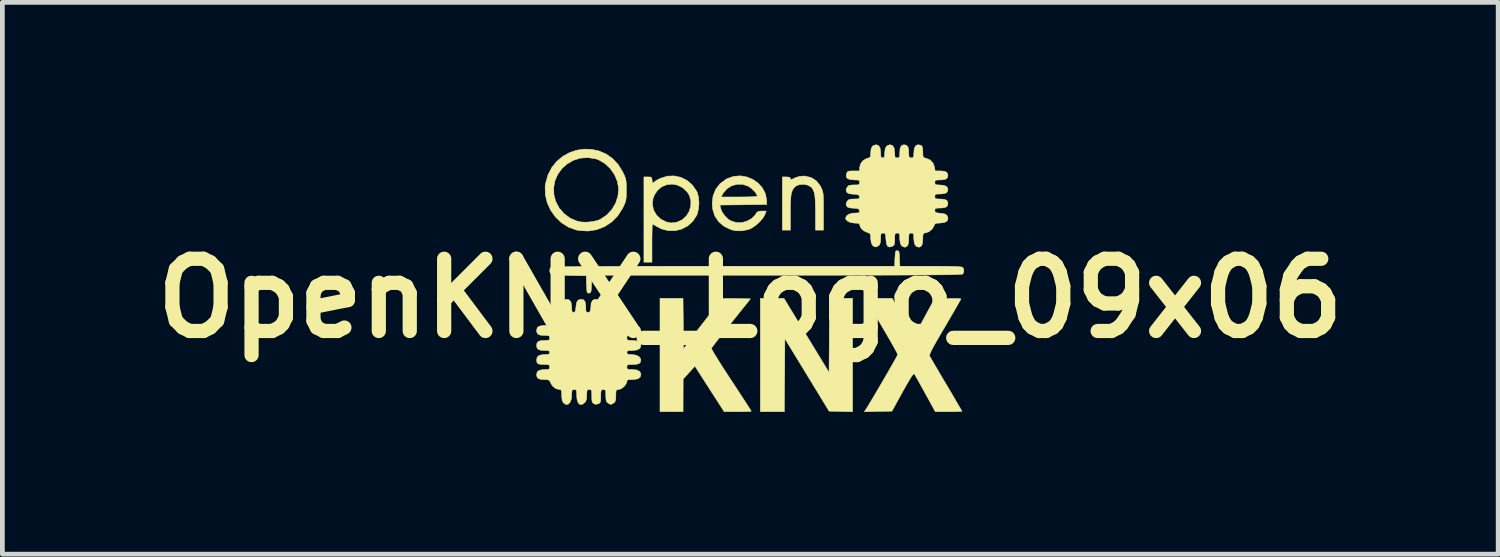
<source format=kicad_pcb>
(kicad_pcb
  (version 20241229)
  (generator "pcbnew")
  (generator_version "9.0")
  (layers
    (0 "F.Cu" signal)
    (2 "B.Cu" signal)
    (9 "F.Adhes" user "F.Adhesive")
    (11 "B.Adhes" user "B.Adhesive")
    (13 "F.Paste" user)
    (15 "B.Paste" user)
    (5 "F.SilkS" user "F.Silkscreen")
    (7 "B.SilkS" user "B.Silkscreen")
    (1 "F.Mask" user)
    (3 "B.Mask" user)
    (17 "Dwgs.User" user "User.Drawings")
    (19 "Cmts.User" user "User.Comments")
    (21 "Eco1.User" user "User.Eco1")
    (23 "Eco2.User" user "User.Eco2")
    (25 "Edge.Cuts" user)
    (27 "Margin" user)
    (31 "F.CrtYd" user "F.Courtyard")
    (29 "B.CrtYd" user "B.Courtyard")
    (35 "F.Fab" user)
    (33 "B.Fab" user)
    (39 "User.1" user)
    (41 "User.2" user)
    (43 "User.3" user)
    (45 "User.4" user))
  (footprint "OpenKNX_Logo_09x06"
    (layer "F.Cu")
    (at 12.78 3.244)
    (property "Reference" "OpenKNX_Logo_09x06" (at 0 0 0) (layer "F.SilkS") (effects (font (size 1.524 1.524) (thickness 0.3))))
    (attr through_hole)
    (fp_poly (pts (xy 1.662 1.564) (xy 1.673 0) (xy 2.159 0) (xy 2.159 2.393) (xy 1.911 2.387) (xy 1.663 2.381) (xy 1.197 1.617) (xy 0.73 0.852) (xy 0.725 1.622) (xy 0.719 2.392) (xy 0.212 2.392) (xy 0.212 0) (xy 0.71 0) (xy 1.662 1.564)) (stroke (width 0.01) (type solid)) (fill yes) (layer "F.SilkS"))
    (fp_poly (pts (xy 1.157 -2.578) (xy 1.284 -2.548) (xy 1.388 -2.484) (xy 1.47 -2.383) (xy 1.49 -2.347) (xy 1.509 -2.306) (xy 1.523 -2.269) (xy 1.533 -2.228) (xy 1.54 -2.176) (xy 1.543 -2.105) (xy 1.545 -2.009) (xy 1.545 -1.879) (xy 1.545 -1.837) (xy 1.545 -1.439) (xy 1.376 -1.439) (xy 1.376 -1.794) (xy 1.374 -1.953) (xy 1.37 -2.076) (xy 1.361 -2.17) (xy 1.347 -2.239) (xy 1.326 -2.291) (xy 1.298 -2.332) (xy 1.279 -2.351) (xy 1.213 -2.388) (xy 1.128 -2.405) (xy 1.041 -2.4) (xy 0.968 -2.372) (xy 0.952 -2.36) (xy 0.916 -2.323) (xy 0.89 -2.281) (xy 0.87 -2.227) (xy 0.858 -2.155) (xy 0.851 -2.058) (xy 0.847 -1.93) (xy 0.847 -1.81) (xy 0.847 -1.439) (xy 0.677 -1.439) (xy 0.677 -2.561) (xy 0.762 -2.561) (xy 0.82 -2.556) (xy 0.844 -2.54) (xy 0.847 -2.528) (xy 0.855 -2.503) (xy 0.863 -2.502) (xy 0.962 -2.549) (xy 1.042 -2.573) (xy 1.119 -2.58) (xy 1.157 -2.578)) (stroke (width 0.01) (type solid)) (fill yes) (layer "F.SilkS"))
    (fp_poly (pts (xy -1.408 1.068) (xy -1.324 0.952) (xy -1.263 0.869) (xy -1.189 0.77) (xy -1.105 0.661) (xy -1.017 0.547) (xy -0.927 0.431) (xy -0.84 0.32) (xy -0.76 0.219) (xy -0.69 0.132) (xy -0.635 0.065) (xy -0.598 0.022) (xy -0.584 0.008) (xy -0.554 0.005) (xy -0.491 0.003) (xy -0.403 0.003) (xy -0.299 0.004) (xy -0.277 0.005) (xy 0.004 0.011) (xy -0.402 0.519) (xy -0.504 0.646) (xy -0.597 0.763) (xy -0.678 0.866) (xy -0.744 0.951) (xy -0.791 1.013) (xy -0.816 1.048) (xy -0.82 1.053) (xy -0.811 1.076) (xy -0.781 1.131) (xy -0.733 1.212) (xy -0.668 1.316) (xy -0.591 1.439) (xy -0.502 1.576) (xy -0.405 1.725) (xy -0.404 1.726) (xy -0.307 1.873) (xy -0.218 2.01) (xy -0.139 2.131) (xy -0.073 2.232) (xy -0.023 2.311) (xy 0.01 2.362) (xy 0.021 2.382) (xy 0.021 2.382) (xy 0.001 2.386) (xy -0.053 2.389) (xy -0.135 2.391) (xy -0.235 2.392) (xy -0.265 2.392) (xy -0.551 2.392) (xy -0.697 2.164) (xy -0.769 2.053) (xy -0.852 1.924) (xy -0.937 1.792) (xy -1.006 1.684) (xy -1.168 1.431) (xy -1.292 1.568) (xy -1.416 1.704) (xy -1.417 2.048) (xy -1.418 2.392) (xy -1.905 2.392) (xy -1.905 0) (xy -1.419 0) (xy -1.408 1.068)) (stroke (width 0.01) (type solid)) (fill yes) (layer "F.SilkS"))
    (fp_poly (pts (xy -1.466 -2.553) (xy -1.336 -2.489) (xy -1.224 -2.392) (xy -1.136 -2.267) (xy -1.117 -2.226) (xy -1.09 -2.128) (xy -1.082 -2.01) (xy -1.092 -1.887) (xy -1.119 -1.778) (xy -1.132 -1.748) (xy -1.215 -1.622) (xy -1.324 -1.525) (xy -1.451 -1.459) (xy -1.59 -1.426) (xy -1.735 -1.428) (xy -1.878 -1.466) (xy -1.973 -1.516) (xy -2.023 -1.546) (xy -2.057 -1.564) (xy -2.063 -1.566) (xy -2.067 -1.546) (xy -2.07 -1.49) (xy -2.072 -1.405) (xy -2.074 -1.297) (xy -2.074 -1.173) (xy -2.074 -1.164) (xy -2.074 -0.762) (xy -2.244 -0.762) (xy -2.244 -1.977) (xy -2.065 -1.977) (xy -2.039 -1.86) (xy -1.979 -1.756) (xy -1.89 -1.671) (xy -1.776 -1.613) (xy -1.762 -1.609) (xy -1.68 -1.591) (xy -1.601 -1.596) (xy -1.539 -1.61) (xy -1.433 -1.659) (xy -1.348 -1.737) (xy -1.288 -1.836) (xy -1.256 -1.946) (xy -1.253 -2.06) (xy -1.284 -2.17) (xy -1.326 -2.239) (xy -1.422 -2.331) (xy -1.531 -2.387) (xy -1.645 -2.409) (xy -1.758 -2.398) (xy -1.863 -2.356) (xy -1.953 -2.283) (xy -2.022 -2.182) (xy -2.053 -2.099) (xy -2.065 -1.977) (xy -2.244 -1.977) (xy -2.244 -2.561) (xy -2.159 -2.561) (xy -2.105 -2.559) (xy -2.081 -2.545) (xy -2.074 -2.511) (xy -2.074 -2.498) (xy -2.066 -2.449) (xy -2.046 -2.434) (xy -2.02 -2.457) (xy -2.02 -2.458) (xy -1.994 -2.479) (xy -1.942 -2.509) (xy -1.897 -2.531) (xy -1.753 -2.577) (xy -1.607 -2.583) (xy -1.466 -2.553)) (stroke (width 0.01) (type solid)) (fill yes) (layer "F.SilkS"))
    (fp_poly (pts (xy -0.073 -2.561) (xy 0.054 -2.509) (xy 0.165 -2.431) (xy 0.255 -2.331) (xy 0.317 -2.212) (xy 0.345 -2.077) (xy 0.345 -2.068) (xy 0.349 -1.979) (xy -0.145 -1.973) (xy -0.64 -1.968) (xy -0.626 -1.899) (xy -0.595 -1.822) (xy -0.538 -1.741) (xy -0.467 -1.671) (xy -0.43 -1.646) (xy -0.368 -1.619) (xy -0.292 -1.599) (xy -0.27 -1.596) (xy -0.168 -1.599) (xy -0.063 -1.631) (xy 0.032 -1.685) (xy 0.101 -1.755) (xy 0.108 -1.766) (xy 0.141 -1.814) (xy 0.177 -1.836) (xy 0.233 -1.841) (xy 0.244 -1.841) (xy 0.336 -1.841) (xy 0.312 -1.773) (xy 0.272 -1.699) (xy 0.204 -1.62) (xy 0.121 -1.544) (xy 0.033 -1.484) (xy -0.03 -1.454) (xy -0.167 -1.424) (xy -0.304 -1.425) (xy -0.405 -1.447) (xy -0.553 -1.519) (xy -0.668 -1.617) (xy -0.749 -1.738) (xy -0.794 -1.882) (xy -0.804 -2.005) (xy -0.788 -2.138) (xy -0.615 -2.138) (xy -0.233 -2.138) (xy -0.112 -2.139) (xy -0.006 -2.141) (xy 0.077 -2.145) (xy 0.131 -2.15) (xy 0.148 -2.156) (xy 0.132 -2.2) (xy 0.091 -2.255) (xy 0.034 -2.311) (xy -0.028 -2.357) (xy -0.04 -2.364) (xy -0.158 -2.404) (xy -0.279 -2.406) (xy -0.394 -2.374) (xy -0.496 -2.309) (xy -0.574 -2.215) (xy -0.585 -2.196) (xy -0.615 -2.138) (xy -0.788 -2.138) (xy -0.784 -2.164) (xy -0.728 -2.303) (xy -0.636 -2.42) (xy -0.51 -2.513) (xy -0.482 -2.528) (xy -0.347 -2.574) (xy -0.208 -2.584) (xy -0.073 -2.561)) (stroke (width 0.01) (type solid)) (fill yes) (layer "F.SilkS"))
    (fp_poly (pts (xy -3.348 -3.143) (xy -3.191 -3.109) (xy -3.042 -3.045) (xy -2.906 -2.949) (xy -2.787 -2.822) (xy -2.694 -2.672) (xy -2.658 -2.598) (xy -2.635 -2.539) (xy -2.622 -2.484) (xy -2.616 -2.418) (xy -2.614 -2.329) (xy -2.614 -2.286) (xy -2.615 -2.184) (xy -2.619 -2.111) (xy -2.629 -2.053) (xy -2.648 -1.998) (xy -2.679 -1.931) (xy -2.694 -1.9) (xy -2.795 -1.741) (xy -2.924 -1.611) (xy -3.075 -1.512) (xy -3.243 -1.447) (xy -3.423 -1.419) (xy -3.61 -1.43) (xy -3.67 -1.442) (xy -3.835 -1.501) (xy -3.983 -1.594) (xy -4.11 -1.716) (xy -4.212 -1.859) (xy -4.285 -2.018) (xy -4.325 -2.188) (xy -4.328 -2.336) (xy -4.148 -2.336) (xy -4.142 -2.18) (xy -4.106 -2.046) (xy -4.032 -1.906) (xy -3.928 -1.786) (xy -3.8 -1.691) (xy -3.657 -1.63) (xy -3.567 -1.61) (xy -3.452 -1.606) (xy -3.33 -1.618) (xy -3.221 -1.643) (xy -3.167 -1.665) (xy -3.031 -1.755) (xy -2.921 -1.872) (xy -2.84 -2.009) (xy -2.792 -2.158) (xy -2.778 -2.312) (xy -2.802 -2.46) (xy -2.863 -2.607) (xy -2.954 -2.738) (xy -3.067 -2.844) (xy -3.196 -2.92) (xy -3.265 -2.944) (xy -3.43 -2.969) (xy -3.587 -2.957) (xy -3.733 -2.911) (xy -3.862 -2.837) (xy -3.973 -2.739) (xy -4.06 -2.619) (xy -4.12 -2.484) (xy -4.148 -2.336) (xy -4.328 -2.336) (xy -4.328 -2.362) (xy -4.32 -2.418) (xy -4.27 -2.599) (xy -4.19 -2.756) (xy -4.085 -2.887) (xy -3.959 -2.993) (xy -3.818 -3.072) (xy -3.666 -3.124) (xy -3.508 -3.148) (xy -3.348 -3.143)) (stroke (width 0.01) (type solid)) (fill yes) (layer "F.SilkS"))
    (fp_poly (pts (xy 3.122 -1.001) (xy 3.136 -0.984) (xy 3.144 -0.943) (xy 3.148 -0.872) (xy 3.149 -0.841) (xy 3.156 -0.677) (xy 3.807 -0.677) (xy 4.006 -0.677) (xy 4.167 -0.675) (xy 4.291 -0.673) (xy 4.382 -0.668) (xy 4.443 -0.663) (xy 4.476 -0.656) (xy 4.483 -0.652) (xy 4.506 -0.604) (xy 4.502 -0.546) (xy 4.483 -0.512) (xy 4.471 -0.509) (xy 4.439 -0.506) (xy 4.387 -0.503) (xy 4.312 -0.501) (xy 4.215 -0.498) (xy 4.092 -0.496) (xy 3.944 -0.495) (xy 3.767 -0.493) (xy 3.562 -0.492) (xy 3.325 -0.491) (xy 3.057 -0.49) (xy 2.756 -0.489) (xy 2.419 -0.488) (xy 2.047 -0.488) (xy 1.637 -0.487) (xy 1.187 -0.487) (xy 0.697 -0.487) (xy 0.558 -0.487) (xy -3.343 -0.487) (xy -3.349 -0.302) (xy -3.353 -0.212) (xy -3.358 -0.157) (xy -3.368 -0.127) (xy -3.384 -0.114) (xy -3.402 -0.11) (xy -3.424 -0.109) (xy -3.438 -0.119) (xy -3.447 -0.149) (xy -3.451 -0.206) (xy -3.455 -0.29) (xy -3.461 -0.476) (xy -3.819 -0.482) (xy -3.96 -0.486) (xy -4.073 -0.491) (xy -4.155 -0.499) (xy -4.199 -0.508) (xy -4.205 -0.511) (xy -4.229 -0.555) (xy -4.229 -0.61) (xy -4.208 -0.652) (xy -4.195 -0.655) (xy -4.163 -0.658) (xy -4.111 -0.661) (xy -4.036 -0.664) (xy -3.937 -0.666) (xy -3.813 -0.668) (xy -3.663 -0.67) (xy -3.484 -0.672) (xy -3.276 -0.673) (xy -3.037 -0.674) (xy -2.765 -0.675) (xy -2.459 -0.676) (xy -2.118 -0.676) (xy -1.739 -0.677) (xy -1.322 -0.677) (xy -0.865 -0.677) (xy -0.568 -0.677) (xy 3.046 -0.677) (xy 3.052 -0.841) (xy 3.057 -0.924) (xy 3.063 -0.974) (xy 3.074 -0.998) (xy 3.093 -1.005) (xy 3.101 -1.005) (xy 3.122 -1.001)) (stroke (width 0.01) (type solid)) (fill yes) (layer "F.SilkS"))
    (fp_poly (pts (xy 2.713 0.000072) (xy 2.995 0.000143) (xy 3.445 0.828) (xy 3.666 0.419) (xy 3.887 0.011) (xy 4.166 0.005) (xy 4.269 0.003) (xy 4.355 0.004) (xy 4.416 0.007) (xy 4.444 0.011) (xy 4.445 0.012) (xy 4.435 0.033) (xy 4.405 0.085) (xy 4.36 0.166) (xy 4.3 0.269) (xy 4.229 0.391) (xy 4.15 0.527) (xy 4.105 0.604) (xy 4.009 0.768) (xy 3.933 0.899) (xy 3.875 1.002) (xy 3.833 1.081) (xy 3.805 1.138) (xy 3.789 1.178) (xy 3.784 1.205) (xy 3.786 1.223) (xy 3.787 1.225) (xy 3.804 1.253) (xy 3.839 1.313) (xy 3.889 1.4) (xy 3.953 1.508) (xy 4.027 1.634) (xy 4.108 1.771) (xy 4.138 1.821) (xy 4.22 1.959) (xy 4.294 2.086) (xy 4.358 2.195) (xy 4.41 2.284) (xy 4.446 2.347) (xy 4.464 2.38) (xy 4.466 2.383) (xy 4.446 2.386) (xy 4.392 2.389) (xy 4.311 2.391) (xy 4.21 2.392) (xy 4.185 2.392) (xy 3.904 2.392) (xy 3.693 2.008) (xy 3.628 1.891) (xy 3.57 1.785) (xy 3.52 1.697) (xy 3.484 1.633) (xy 3.463 1.598) (xy 3.461 1.595) (xy 3.448 1.594) (xy 3.426 1.617) (xy 3.391 1.667) (xy 3.343 1.746) (xy 3.279 1.857) (xy 3.214 1.973) (xy 2.989 2.381) (xy 2.698 2.387) (xy 2.407 2.393) (xy 2.438 2.345) (xy 2.475 2.287) (xy 2.525 2.204) (xy 2.587 2.101) (xy 2.655 1.985) (xy 2.729 1.86) (xy 2.804 1.731) (xy 2.877 1.605) (xy 2.946 1.486) (xy 3.006 1.38) (xy 3.056 1.292) (xy 3.091 1.227) (xy 3.11 1.192) (xy 3.111 1.187) (xy 3.101 1.162) (xy 3.072 1.106) (xy 3.027 1.025) (xy 2.969 0.922) (xy 2.9 0.802) (xy 2.829 0.681) (xy 2.75 0.546) (xy 2.675 0.418) (xy 2.607 0.303) (xy 2.55 0.207) (xy 2.509 0.136) (xy 2.488 0.101) (xy 2.43 0) (xy 2.713 0.000072)) (stroke (width 0.01) (type solid)) (fill yes) (layer "F.SilkS"))
    (fp_poly (pts (xy 3.59 -3.233) (xy 3.623 -3.21) (xy 3.638 -3.162) (xy 3.641 -3.091) (xy 3.642 -3.022) (xy 3.649 -2.984) (xy 3.668 -2.966) (xy 3.704 -2.956) (xy 3.708 -2.955) (xy 3.796 -2.918) (xy 3.859 -2.849) (xy 3.887 -2.769) (xy 3.9 -2.688) (xy 4.01 -2.688) (xy 4.096 -2.681) (xy 4.147 -2.657) (xy 4.168 -2.614) (xy 4.17 -2.593) (xy 4.158 -2.542) (xy 4.119 -2.512) (xy 4.047 -2.499) (xy 4.007 -2.498) (xy 3.942 -2.496) (xy 3.908 -2.488) (xy 3.896 -2.469) (xy 3.895 -2.445) (xy 3.899 -2.412) (xy 3.918 -2.397) (xy 3.963 -2.392) (xy 3.991 -2.392) (xy 4.088 -2.383) (xy 4.147 -2.355) (xy 4.17 -2.308) (xy 4.17 -2.3) (xy 4.159 -2.248) (xy 4.121 -2.217) (xy 4.052 -2.203) (xy 4.007 -2.201) (xy 3.942 -2.2) (xy 3.908 -2.192) (xy 3.896 -2.173) (xy 3.895 -2.148) (xy 3.898 -2.118) (xy 3.914 -2.102) (xy 3.955 -2.096) (xy 4.007 -2.095) (xy 4.094 -2.089) (xy 4.146 -2.066) (xy 4.168 -2.024) (xy 4.17 -2) (xy 4.158 -1.949) (xy 4.119 -1.919) (xy 4.047 -1.906) (xy 4.007 -1.905) (xy 3.942 -1.903) (xy 3.908 -1.895) (xy 3.896 -1.877) (xy 3.895 -1.855) (xy 3.899 -1.826) (xy 3.917 -1.809) (xy 3.961 -1.8) (xy 4.013 -1.795) (xy 4.096 -1.782) (xy 4.144 -1.757) (xy 4.166 -1.715) (xy 4.17 -1.678) (xy 4.151 -1.629) (xy 4.096 -1.599) (xy 4.003 -1.588) (xy 3.993 -1.587) (xy 3.931 -1.584) (xy 3.899 -1.57) (xy 3.883 -1.54) (xy 3.883 -1.54) (xy 3.839 -1.462) (xy 3.769 -1.405) (xy 3.711 -1.384) (xy 3.671 -1.375) (xy 3.65 -1.359) (xy 3.642 -1.324) (xy 3.641 -1.26) (xy 3.641 -1.251) (xy 3.634 -1.16) (xy 3.612 -1.105) (xy 3.573 -1.081) (xy 3.553 -1.079) (xy 3.498 -1.098) (xy 3.464 -1.153) (xy 3.45 -1.245) (xy 3.45 -1.261) (xy 3.449 -1.327) (xy 3.441 -1.361) (xy 3.423 -1.374) (xy 3.397 -1.376) (xy 3.368 -1.373) (xy 3.352 -1.358) (xy 3.345 -1.32) (xy 3.344 -1.253) (xy 3.338 -1.162) (xy 3.317 -1.106) (xy 3.279 -1.082) (xy 3.257 -1.079) (xy 3.202 -1.098) (xy 3.167 -1.153) (xy 3.154 -1.245) (xy 3.154 -1.261) (xy 3.152 -1.327) (xy 3.145 -1.361) (xy 3.127 -1.374) (xy 3.101 -1.376) (xy 3.072 -1.373) (xy 3.056 -1.359) (xy 3.049 -1.322) (xy 3.048 -1.254) (xy 3.048 -1.248) (xy 3.046 -1.176) (xy 3.038 -1.134) (xy 3.02 -1.111) (xy 2.993 -1.096) (xy 2.937 -1.081) (xy 2.897 -1.098) (xy 2.873 -1.15) (xy 2.862 -1.24) (xy 2.862 -1.246) (xy 2.857 -1.317) (xy 2.849 -1.356) (xy 2.833 -1.373) (xy 2.805 -1.376) (xy 2.804 -1.376) (xy 2.774 -1.373) (xy 2.758 -1.356) (xy 2.752 -1.315) (xy 2.752 -1.263) (xy 2.746 -1.182) (xy 2.728 -1.132) (xy 2.713 -1.115) (xy 2.657 -1.083) (xy 2.606 -1.093) (xy 2.573 -1.127) (xy 2.552 -1.177) (xy 2.541 -1.247) (xy 2.54 -1.271) (xy 2.538 -1.332) (xy 2.525 -1.364) (xy 2.492 -1.383) (xy 2.458 -1.394) (xy 2.386 -1.43) (xy 2.332 -1.485) (xy 2.308 -1.546) (xy 2.307 -1.555) (xy 2.297 -1.575) (xy 2.259 -1.585) (xy 2.201 -1.587) (xy 2.119 -1.598) (xy 2.054 -1.627) (xy 2.016 -1.668) (xy 2.011 -1.693) (xy 2.03 -1.739) (xy 2.082 -1.775) (xy 2.157 -1.796) (xy 2.203 -1.799) (xy 2.266 -1.801) (xy 2.297 -1.809) (xy 2.305 -1.828) (xy 2.303 -1.847) (xy 2.295 -1.874) (xy 2.271 -1.89) (xy 2.223 -1.898) (xy 2.175 -1.901) (xy 2.1 -1.908) (xy 2.056 -1.922) (xy 2.032 -1.948) (xy 2.031 -1.95) (xy 2.02 -1.994) (xy 2.04 -2.042) (xy 2.042 -2.044) (xy 2.068 -2.074) (xy 2.103 -2.09) (xy 2.162 -2.095) (xy 2.193 -2.095) (xy 2.26 -2.097) (xy 2.294 -2.104) (xy 2.305 -2.12) (xy 2.303 -2.143) (xy 2.295 -2.171) (xy 2.271 -2.186) (xy 2.223 -2.194) (xy 2.175 -2.197) (xy 2.1 -2.204) (xy 2.056 -2.219) (xy 2.032 -2.244) (xy 2.031 -2.246) (xy 2.02 -2.29) (xy 2.04 -2.338) (xy 2.042 -2.34) (xy 2.068 -2.371) (xy 2.104 -2.386) (xy 2.163 -2.392) (xy 2.191 -2.392) (xy 2.258 -2.393) (xy 2.292 -2.401) (xy 2.305 -2.419) (xy 2.307 -2.445) (xy 2.304 -2.476) (xy 2.287 -2.491) (xy 2.246 -2.497) (xy 2.196 -2.498) (xy 2.101 -2.506) (xy 2.044 -2.531) (xy 2.022 -2.575) (xy 2.034 -2.639) (xy 2.034 -2.641) (xy 2.049 -2.667) (xy 2.075 -2.682) (xy 2.125 -2.687) (xy 2.179 -2.688) (xy 2.307 -2.688) (xy 2.307 -2.759) (xy 2.327 -2.837) (xy 2.377 -2.904) (xy 2.449 -2.948) (xy 2.476 -2.956) (xy 2.515 -2.967) (xy 2.533 -2.987) (xy 2.54 -3.03) (xy 2.54 -3.07) (xy 2.551 -3.161) (xy 2.586 -3.216) (xy 2.645 -3.238) (xy 2.657 -3.239) (xy 2.708 -3.222) (xy 2.739 -3.17) (xy 2.751 -3.083) (xy 2.752 -3.06) (xy 2.754 -3) (xy 2.766 -2.971) (xy 2.79 -2.963) (xy 2.794 -2.963) (xy 2.82 -2.969) (xy 2.832 -2.993) (xy 2.836 -3.046) (xy 2.836 -3.068) (xy 2.847 -3.159) (xy 2.881 -3.215) (xy 2.938 -3.238) (xy 2.954 -3.239) (xy 3.004 -3.222) (xy 3.035 -3.17) (xy 3.048 -3.083) (xy 3.048 -3.06) (xy 3.05 -3.001) (xy 3.061 -2.972) (xy 3.086 -2.964) (xy 3.101 -2.963) (xy 3.132 -2.967) (xy 3.147 -2.983) (xy 3.153 -3.024) (xy 3.154 -3.076) (xy 3.161 -3.162) (xy 3.184 -3.214) (xy 3.226 -3.237) (xy 3.249 -3.239) (xy 3.3 -3.227) (xy 3.33 -3.187) (xy 3.343 -3.115) (xy 3.344 -3.076) (xy 3.346 -3.01) (xy 3.354 -2.977) (xy 3.373 -2.965) (xy 3.397 -2.963) (xy 3.43 -2.967) (xy 3.445 -2.986) (xy 3.45 -3.032) (xy 3.45 -3.06) (xy 3.459 -3.155) (xy 3.486 -3.215) (xy 3.529 -3.238) (xy 3.534 -3.239) (xy 3.59 -3.233)) (stroke (width 0.01) (type solid)) (fill yes) (layer "F.SilkS"))
    (fp_poly (pts (xy -2.897 0.027) (xy -2.867 0.049) (xy -2.849 0.097) (xy -2.838 0.177) (xy -2.837 0.191) (xy -2.829 0.258) (xy -2.817 0.293) (xy -2.795 0.309) (xy -2.768 0.314) (xy -2.708 0.339) (xy -2.652 0.392) (xy -2.614 0.458) (xy -2.603 0.51) (xy -2.601 0.545) (xy -2.588 0.564) (xy -2.552 0.571) (xy -2.49 0.572) (xy -2.395 0.583) (xy -2.334 0.617) (xy -2.308 0.675) (xy -2.307 0.694) (xy -2.324 0.741) (xy -2.377 0.77) (xy -2.467 0.783) (xy -2.496 0.783) (xy -2.56 0.785) (xy -2.591 0.793) (xy -2.602 0.814) (xy -2.603 0.836) (xy -2.6 0.867) (xy -2.584 0.882) (xy -2.545 0.888) (xy -2.489 0.889) (xy -2.392 0.899) (xy -2.332 0.93) (xy -2.308 0.982) (xy -2.307 0.995) (xy -2.325 1.051) (xy -2.377 1.086) (xy -2.466 1.1) (xy -2.489 1.101) (xy -2.555 1.103) (xy -2.59 1.111) (xy -2.602 1.129) (xy -2.603 1.143) (xy -2.597 1.17) (xy -2.569 1.183) (xy -2.514 1.186) (xy -2.418 1.197) (xy -2.35 1.228) (xy -2.314 1.275) (xy -2.311 1.288) (xy -2.314 1.342) (xy -2.346 1.377) (xy -2.411 1.394) (xy -2.479 1.397) (xy -2.549 1.398) (xy -2.586 1.405) (xy -2.601 1.42) (xy -2.603 1.45) (xy -2.6 1.48) (xy -2.584 1.496) (xy -2.545 1.502) (xy -2.489 1.503) (xy -2.392 1.513) (xy -2.332 1.544) (xy -2.308 1.596) (xy -2.307 1.609) (xy -2.325 1.665) (xy -2.377 1.7) (xy -2.466 1.714) (xy -2.489 1.714) (xy -2.555 1.716) (xy -2.59 1.724) (xy -2.602 1.742) (xy -2.603 1.758) (xy -2.621 1.809) (xy -2.664 1.862) (xy -2.72 1.906) (xy -2.775 1.926) (xy -2.782 1.926) (xy -2.812 1.929) (xy -2.828 1.943) (xy -2.835 1.979) (xy -2.836 2.046) (xy -2.836 2.053) (xy -2.838 2.126) (xy -2.848 2.17) (xy -2.869 2.199) (xy -2.889 2.214) (xy -2.931 2.236) (xy -2.963 2.233) (xy -2.995 2.214) (xy -3.025 2.189) (xy -3.041 2.156) (xy -3.047 2.103) (xy -3.048 2.053) (xy -3.049 1.982) (xy -3.055 1.945) (xy -3.071 1.929) (xy -3.099 1.926) (xy -3.101 1.926) (xy -3.129 1.929) (xy -3.145 1.942) (xy -3.152 1.976) (xy -3.154 2.041) (xy -3.154 2.064) (xy -3.155 2.14) (xy -3.162 2.185) (xy -3.178 2.21) (xy -3.204 2.225) (xy -3.262 2.237) (xy -3.299 2.224) (xy -3.324 2.205) (xy -3.338 2.174) (xy -3.344 2.119) (xy -3.344 2.063) (xy -3.345 1.989) (xy -3.351 1.948) (xy -3.364 1.93) (xy -3.389 1.926) (xy -3.397 1.926) (xy -3.428 1.929) (xy -3.443 1.945) (xy -3.449 1.984) (xy -3.45 2.043) (xy -3.455 2.123) (xy -3.472 2.175) (xy -3.493 2.201) (xy -3.549 2.24) (xy -3.597 2.239) (xy -3.633 2.202) (xy -3.656 2.13) (xy -3.662 2.052) (xy -3.663 1.982) (xy -3.669 1.944) (xy -3.685 1.929) (xy -3.714 1.926) (xy -3.715 1.926) (xy -3.745 1.929) (xy -3.761 1.945) (xy -3.767 1.984) (xy -3.768 2.043) (xy -3.778 2.133) (xy -3.805 2.199) (xy -3.845 2.236) (xy -3.893 2.24) (xy -3.943 2.206) (xy -3.944 2.205) (xy -3.969 2.153) (xy -3.979 2.066) (xy -3.979 2.046) (xy -3.981 1.978) (xy -3.989 1.941) (xy -4.006 1.928) (xy -4.021 1.926) (xy -4.104 1.906) (xy -4.173 1.85) (xy -4.206 1.796) (xy -4.229 1.748) (xy -4.255 1.724) (xy -4.296 1.715) (xy -4.35 1.714) (xy -4.433 1.708) (xy -4.483 1.685) (xy -4.506 1.641) (xy -4.508 1.605) (xy -4.495 1.552) (xy -4.451 1.519) (xy -4.373 1.504) (xy -4.33 1.503) (xy -4.271 1.501) (xy -4.242 1.49) (xy -4.234 1.465) (xy -4.233 1.45) (xy -4.237 1.418) (xy -4.255 1.403) (xy -4.298 1.397) (xy -4.337 1.397) (xy -4.423 1.394) (xy -4.475 1.382) (xy -4.5 1.356) (xy -4.508 1.311) (xy -4.508 1.299) (xy -4.496 1.242) (xy -4.457 1.206) (xy -4.385 1.188) (xy -4.317 1.185) (xy -4.262 1.182) (xy -4.238 1.167) (xy -4.233 1.143) (xy -4.239 1.118) (xy -4.261 1.105) (xy -4.311 1.101) (xy -4.346 1.101) (xy -4.431 1.094) (xy -4.482 1.072) (xy -4.505 1.03) (xy -4.508 0.995) (xy -4.499 0.939) (xy -4.465 0.906) (xy -4.4 0.891) (xy -4.346 0.889) (xy -4.28 0.888) (xy -4.247 0.88) (xy -4.235 0.861) (xy -4.233 0.836) (xy -4.237 0.805) (xy -4.253 0.79) (xy -4.294 0.784) (xy -4.346 0.783) (xy -4.431 0.777) (xy -4.481 0.755) (xy -4.505 0.713) (xy -4.508 0.674) (xy -4.495 0.62) (xy -4.451 0.588) (xy -4.373 0.573) (xy -4.33 0.572) (xy -4.27 0.569) (xy -4.242 0.558) (xy -4.234 0.534) (xy -4.233 0.524) (xy -4.214 0.444) (xy -4.162 0.374) (xy -4.088 0.326) (xy -4.065 0.318) (xy -3.979 0.295) (xy -3.979 0.183) (xy -3.973 0.099) (xy -3.951 0.048) (xy -3.908 0.025) (xy -3.87 0.021) (xy -3.817 0.035) (xy -3.784 0.079) (xy -3.769 0.157) (xy -3.768 0.2) (xy -3.765 0.26) (xy -3.753 0.289) (xy -3.729 0.296) (xy -3.728 0.296) (xy -3.704 0.289) (xy -3.69 0.262) (xy -3.681 0.205) (xy -3.678 0.178) (xy -3.666 0.095) (xy -3.641 0.046) (xy -3.599 0.024) (xy -3.566 0.021) (xy -3.515 0.033) (xy -3.485 0.073) (xy -3.472 0.146) (xy -3.471 0.184) (xy -3.47 0.249) (xy -3.462 0.283) (xy -3.443 0.295) (xy -3.418 0.296) (xy -3.386 0.292) (xy -3.37 0.273) (xy -3.366 0.228) (xy -3.365 0.2) (xy -3.358 0.107) (xy -3.332 0.049) (xy -3.288 0.023) (xy -3.263 0.021) (xy -3.206 0.031) (xy -3.172 0.063) (xy -3.156 0.126) (xy -3.154 0.184) (xy -3.152 0.249) (xy -3.145 0.283) (xy -3.125 0.295) (xy -3.101 0.296) (xy -3.068 0.292) (xy -3.053 0.273) (xy -3.048 0.228) (xy -3.048 0.2) (xy -3.04 0.107) (xy -3.016 0.05) (xy -2.972 0.024) (xy -2.943 0.021) (xy -2.897 0.027)) (stroke (width 0.01) (type solid)) (fill yes) (layer "F.SilkS")))
  (gr_rect
    (start -3 -3)
    (end 28.56 8.642)
    (stroke (width 0.1) (type default))
    (fill no)
    (layer "Edge.Cuts")))
</source>
